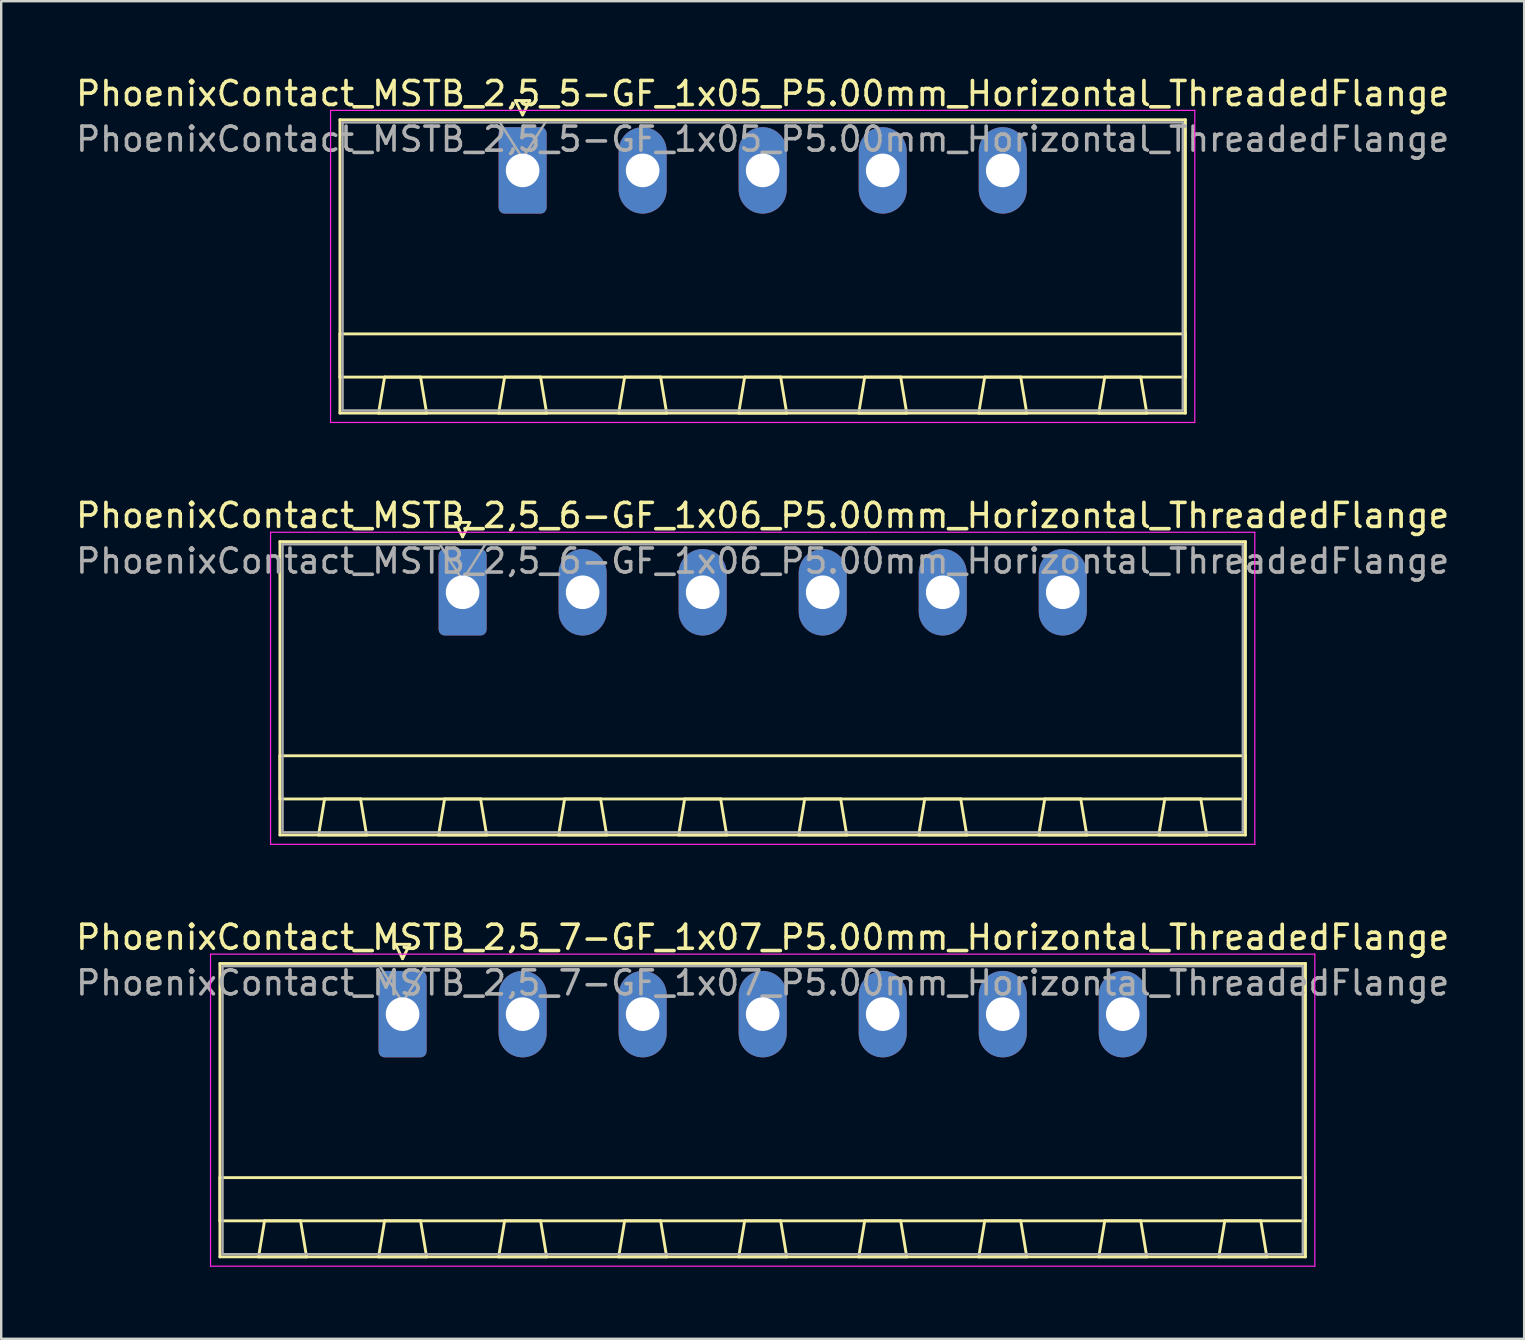
<source format=kicad_pcb>
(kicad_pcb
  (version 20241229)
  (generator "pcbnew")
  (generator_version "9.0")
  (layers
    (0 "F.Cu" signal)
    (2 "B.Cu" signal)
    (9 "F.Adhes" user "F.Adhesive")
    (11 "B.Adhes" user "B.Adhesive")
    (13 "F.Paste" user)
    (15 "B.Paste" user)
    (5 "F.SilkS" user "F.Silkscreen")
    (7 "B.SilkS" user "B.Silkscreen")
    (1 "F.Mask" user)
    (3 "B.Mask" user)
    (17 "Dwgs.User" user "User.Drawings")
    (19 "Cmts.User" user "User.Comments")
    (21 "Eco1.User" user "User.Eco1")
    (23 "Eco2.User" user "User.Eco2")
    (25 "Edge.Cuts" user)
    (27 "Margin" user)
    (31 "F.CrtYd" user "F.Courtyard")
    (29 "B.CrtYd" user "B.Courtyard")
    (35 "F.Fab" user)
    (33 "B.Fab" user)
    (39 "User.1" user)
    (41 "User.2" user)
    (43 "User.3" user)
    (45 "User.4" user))
  (footprint "PhoenixContact_MSTB_2,5_5-GF_1x05_P5.00mm_Horizontal_ThreadedFlange"
    (layer "F.Cu")
    (at 18.72 4.048)
    (property "Reference" "PhoenixContact_MSTB_2,5_5-GF_1x05_P5.00mm_Horizontal_ThreadedFlange" (at 10 -3.2 0) (layer "F.SilkS") (effects (font (size 1 1) (thickness 0.15))))
    (attr through_hole)
    (fp_line (start -7.61 -2.11) (end -7.61 10.11) (stroke (width 0.12) (type solid)) (layer "F.SilkS"))
    (fp_line (start -7.61 6.81) (end 27.61 6.81) (stroke (width 0.12) (type solid)) (layer "F.SilkS"))
    (fp_line (start -7.61 8.61) (end -7.61 6.81) (stroke (width 0.12) (type solid)) (layer "F.SilkS"))
    (fp_line (start -7.61 10.11) (end 27.61 10.11) (stroke (width 0.12) (type solid)) (layer "F.SilkS"))
    (fp_line (start -6 10.11) (end -4 10.11) (stroke (width 0.12) (type solid)) (layer "F.SilkS"))
    (fp_line (start -5.75 8.61) (end -6 10.11) (stroke (width 0.12) (type solid)) (layer "F.SilkS"))
    (fp_line (start -4.25 8.61) (end -5.75 8.61) (stroke (width 0.12) (type solid)) (layer "F.SilkS"))
    (fp_line (start -4 10.11) (end -4.25 8.61) (stroke (width 0.12) (type solid)) (layer "F.SilkS"))
    (fp_line (start -1 10.11) (end 1 10.11) (stroke (width 0.12) (type solid)) (layer "F.SilkS"))
    (fp_line (start -0.75 8.61) (end -1 10.11) (stroke (width 0.12) (type solid)) (layer "F.SilkS"))
    (fp_line (start -0.3 -2.91) (end 0.3 -2.91) (stroke (width 0.12) (type solid)) (layer "F.SilkS"))
    (fp_line (start 0 -2.31) (end -0.3 -2.91) (stroke (width 0.12) (type solid)) (layer "F.SilkS"))
    (fp_line (start 0.3 -2.91) (end 0 -2.31) (stroke (width 0.12) (type solid)) (layer "F.SilkS"))
    (fp_line (start 0.75 8.61) (end -0.75 8.61) (stroke (width 0.12) (type solid)) (layer "F.SilkS"))
    (fp_line (start 1 10.11) (end 0.75 8.61) (stroke (width 0.12) (type solid)) (layer "F.SilkS"))
    (fp_line (start 4 10.11) (end 6 10.11) (stroke (width 0.12) (type solid)) (layer "F.SilkS"))
    (fp_line (start 4.25 8.61) (end 4 10.11) (stroke (width 0.12) (type solid)) (layer "F.SilkS"))
    (fp_line (start 5.75 8.61) (end 4.25 8.61) (stroke (width 0.12) (type solid)) (layer "F.SilkS"))
    (fp_line (start 6 10.11) (end 5.75 8.61) (stroke (width 0.12) (type solid)) (layer "F.SilkS"))
    (fp_line (start 9 10.11) (end 11 10.11) (stroke (width 0.12) (type solid)) (layer "F.SilkS"))
    (fp_line (start 9.25 8.61) (end 9 10.11) (stroke (width 0.12) (type solid)) (layer "F.SilkS"))
    (fp_line (start 10.75 8.61) (end 9.25 8.61) (stroke (width 0.12) (type solid)) (layer "F.SilkS"))
    (fp_line (start 11 10.11) (end 10.75 8.61) (stroke (width 0.12) (type solid)) (layer "F.SilkS"))
    (fp_line (start 14 10.11) (end 16 10.11) (stroke (width 0.12) (type solid)) (layer "F.SilkS"))
    (fp_line (start 14.25 8.61) (end 14 10.11) (stroke (width 0.12) (type solid)) (layer "F.SilkS"))
    (fp_line (start 15.75 8.61) (end 14.25 8.61) (stroke (width 0.12) (type solid)) (layer "F.SilkS"))
    (fp_line (start 16 10.11) (end 15.75 8.61) (stroke (width 0.12) (type solid)) (layer "F.SilkS"))
    (fp_line (start 19 10.11) (end 21 10.11) (stroke (width 0.12) (type solid)) (layer "F.SilkS"))
    (fp_line (start 19.25 8.61) (end 19 10.11) (stroke (width 0.12) (type solid)) (layer "F.SilkS"))
    (fp_line (start 20.75 8.61) (end 19.25 8.61) (stroke (width 0.12) (type solid)) (layer "F.SilkS"))
    (fp_line (start 21 10.11) (end 20.75 8.61) (stroke (width 0.12) (type solid)) (layer "F.SilkS"))
    (fp_line (start 24 10.11) (end 26 10.11) (stroke (width 0.12) (type solid)) (layer "F.SilkS"))
    (fp_line (start 24.25 8.61) (end 24 10.11) (stroke (width 0.12) (type solid)) (layer "F.SilkS"))
    (fp_line (start 25.75 8.61) (end 24.25 8.61) (stroke (width 0.12) (type solid)) (layer "F.SilkS"))
    (fp_line (start 26 10.11) (end 25.75 8.61) (stroke (width 0.12) (type solid)) (layer "F.SilkS"))
    (fp_line (start 27.61 -2.11) (end -7.61 -2.11) (stroke (width 0.12) (type solid)) (layer "F.SilkS"))
    (fp_line (start 27.61 6.81) (end 27.61 8.61) (stroke (width 0.12) (type solid)) (layer "F.SilkS"))
    (fp_line (start 27.61 8.61) (end -7.61 8.61) (stroke (width 0.12) (type solid)) (layer "F.SilkS"))
    (fp_line (start 27.61 10.11) (end 27.61 -2.11) (stroke (width 0.12) (type solid)) (layer "F.SilkS"))
    (fp_line (start -8 -2.5) (end -8 10.5) (stroke (width 0.05) (type solid)) (layer "F.CrtYd"))
    (fp_line (start -8 10.5) (end 28 10.5) (stroke (width 0.05) (type solid)) (layer "F.CrtYd"))
    (fp_line (start 28 -2.5) (end -8 -2.5) (stroke (width 0.05) (type solid)) (layer "F.CrtYd"))
    (fp_line (start 28 10.5) (end 28 -2.5) (stroke (width 0.05) (type solid)) (layer "F.CrtYd"))
    (fp_line (start -7.5 -2) (end -7.5 10) (stroke (width 0.1) (type solid)) (layer "F.Fab"))
    (fp_line (start -7.5 10) (end 27.5 10) (stroke (width 0.1) (type solid)) (layer "F.Fab"))
    (fp_line (start 0 -0.5) (end -0.95 -2) (stroke (width 0.1) (type solid)) (layer "F.Fab"))
    (fp_line (start 0.95 -2) (end 0 -0.5) (stroke (width 0.1) (type solid)) (layer "F.Fab"))
    (fp_line (start 27.5 -2) (end -7.5 -2) (stroke (width 0.1) (type solid)) (layer "F.Fab"))
    (fp_line (start 27.5 10) (end 27.5 -2) (stroke (width 0.1) (type solid)) (layer "F.Fab"))
    (fp_text user "${REFERENCE}" (at 10 -1.3 0) (layer "F.Fab") (effects (font (size 1 1) (thickness 0.15))))
    (pad "1" thru_hole roundrect (at 0 0) (size 2 3.6) (drill 1.4) (layers "*.Cu" "*.Mask") (roundrect_rratio 0.125))
    (pad "2" thru_hole oval (at 5 0) (size 2 3.6) (drill 1.4) (layers "*.Cu" "*.Mask"))
    (pad "3" thru_hole oval (at 10 0) (size 2 3.6) (drill 1.4) (layers "*.Cu" "*.Mask"))
    (pad "4" thru_hole oval (at 15 0) (size 2 3.6) (drill 1.4) (layers "*.Cu" "*.Mask"))
    (pad "5" thru_hole oval (at 20 0) (size 2 3.6) (drill 1.4) (layers "*.Cu" "*.Mask")))
  (footprint "PhoenixContact_MSTB_2,5_6-GF_1x06_P5.00mm_Horizontal_ThreadedFlange"
    (layer "F.Cu")
    (at 16.22 21.622)
    (property "Reference" "PhoenixContact_MSTB_2,5_6-GF_1x06_P5.00mm_Horizontal_ThreadedFlange" (at 12.5 -3.2 0) (layer "F.SilkS") (effects (font (size 1 1) (thickness 0.15))))
    (attr through_hole)
    (fp_line (start -7.61 -2.11) (end -7.61 10.11) (stroke (width 0.12) (type solid)) (layer "F.SilkS"))
    (fp_line (start -7.61 6.81) (end 32.61 6.81) (stroke (width 0.12) (type solid)) (layer "F.SilkS"))
    (fp_line (start -7.61 8.61) (end -7.61 6.81) (stroke (width 0.12) (type solid)) (layer "F.SilkS"))
    (fp_line (start -7.61 10.11) (end 32.61 10.11) (stroke (width 0.12) (type solid)) (layer "F.SilkS"))
    (fp_line (start -6 10.11) (end -4 10.11) (stroke (width 0.12) (type solid)) (layer "F.SilkS"))
    (fp_line (start -5.75 8.61) (end -6 10.11) (stroke (width 0.12) (type solid)) (layer "F.SilkS"))
    (fp_line (start -4.25 8.61) (end -5.75 8.61) (stroke (width 0.12) (type solid)) (layer "F.SilkS"))
    (fp_line (start -4 10.11) (end -4.25 8.61) (stroke (width 0.12) (type solid)) (layer "F.SilkS"))
    (fp_line (start -1 10.11) (end 1 10.11) (stroke (width 0.12) (type solid)) (layer "F.SilkS"))
    (fp_line (start -0.75 8.61) (end -1 10.11) (stroke (width 0.12) (type solid)) (layer "F.SilkS"))
    (fp_line (start -0.3 -2.91) (end 0.3 -2.91) (stroke (width 0.12) (type solid)) (layer "F.SilkS"))
    (fp_line (start 0 -2.31) (end -0.3 -2.91) (stroke (width 0.12) (type solid)) (layer "F.SilkS"))
    (fp_line (start 0.3 -2.91) (end 0 -2.31) (stroke (width 0.12) (type solid)) (layer "F.SilkS"))
    (fp_line (start 0.75 8.61) (end -0.75 8.61) (stroke (width 0.12) (type solid)) (layer "F.SilkS"))
    (fp_line (start 1 10.11) (end 0.75 8.61) (stroke (width 0.12) (type solid)) (layer "F.SilkS"))
    (fp_line (start 4 10.11) (end 6 10.11) (stroke (width 0.12) (type solid)) (layer "F.SilkS"))
    (fp_line (start 4.25 8.61) (end 4 10.11) (stroke (width 0.12) (type solid)) (layer "F.SilkS"))
    (fp_line (start 5.75 8.61) (end 4.25 8.61) (stroke (width 0.12) (type solid)) (layer "F.SilkS"))
    (fp_line (start 6 10.11) (end 5.75 8.61) (stroke (width 0.12) (type solid)) (layer "F.SilkS"))
    (fp_line (start 9 10.11) (end 11 10.11) (stroke (width 0.12) (type solid)) (layer "F.SilkS"))
    (fp_line (start 9.25 8.61) (end 9 10.11) (stroke (width 0.12) (type solid)) (layer "F.SilkS"))
    (fp_line (start 10.75 8.61) (end 9.25 8.61) (stroke (width 0.12) (type solid)) (layer "F.SilkS"))
    (fp_line (start 11 10.11) (end 10.75 8.61) (stroke (width 0.12) (type solid)) (layer "F.SilkS"))
    (fp_line (start 14 10.11) (end 16 10.11) (stroke (width 0.12) (type solid)) (layer "F.SilkS"))
    (fp_line (start 14.25 8.61) (end 14 10.11) (stroke (width 0.12) (type solid)) (layer "F.SilkS"))
    (fp_line (start 15.75 8.61) (end 14.25 8.61) (stroke (width 0.12) (type solid)) (layer "F.SilkS"))
    (fp_line (start 16 10.11) (end 15.75 8.61) (stroke (width 0.12) (type solid)) (layer "F.SilkS"))
    (fp_line (start 19 10.11) (end 21 10.11) (stroke (width 0.12) (type solid)) (layer "F.SilkS"))
    (fp_line (start 19.25 8.61) (end 19 10.11) (stroke (width 0.12) (type solid)) (layer "F.SilkS"))
    (fp_line (start 20.75 8.61) (end 19.25 8.61) (stroke (width 0.12) (type solid)) (layer "F.SilkS"))
    (fp_line (start 21 10.11) (end 20.75 8.61) (stroke (width 0.12) (type solid)) (layer "F.SilkS"))
    (fp_line (start 24 10.11) (end 26 10.11) (stroke (width 0.12) (type solid)) (layer "F.SilkS"))
    (fp_line (start 24.25 8.61) (end 24 10.11) (stroke (width 0.12) (type solid)) (layer "F.SilkS"))
    (fp_line (start 25.75 8.61) (end 24.25 8.61) (stroke (width 0.12) (type solid)) (layer "F.SilkS"))
    (fp_line (start 26 10.11) (end 25.75 8.61) (stroke (width 0.12) (type solid)) (layer "F.SilkS"))
    (fp_line (start 29 10.11) (end 31 10.11) (stroke (width 0.12) (type solid)) (layer "F.SilkS"))
    (fp_line (start 29.25 8.61) (end 29 10.11) (stroke (width 0.12) (type solid)) (layer "F.SilkS"))
    (fp_line (start 30.75 8.61) (end 29.25 8.61) (stroke (width 0.12) (type solid)) (layer "F.SilkS"))
    (fp_line (start 31 10.11) (end 30.75 8.61) (stroke (width 0.12) (type solid)) (layer "F.SilkS"))
    (fp_line (start 32.61 -2.11) (end -7.61 -2.11) (stroke (width 0.12) (type solid)) (layer "F.SilkS"))
    (fp_line (start 32.61 6.81) (end 32.61 8.61) (stroke (width 0.12) (type solid)) (layer "F.SilkS"))
    (fp_line (start 32.61 8.61) (end -7.61 8.61) (stroke (width 0.12) (type solid)) (layer "F.SilkS"))
    (fp_line (start 32.61 10.11) (end 32.61 -2.11) (stroke (width 0.12) (type solid)) (layer "F.SilkS"))
    (fp_line (start -8 -2.5) (end -8 10.5) (stroke (width 0.05) (type solid)) (layer "F.CrtYd"))
    (fp_line (start -8 10.5) (end 33 10.5) (stroke (width 0.05) (type solid)) (layer "F.CrtYd"))
    (fp_line (start 33 -2.5) (end -8 -2.5) (stroke (width 0.05) (type solid)) (layer "F.CrtYd"))
    (fp_line (start 33 10.5) (end 33 -2.5) (stroke (width 0.05) (type solid)) (layer "F.CrtYd"))
    (fp_line (start -7.5 -2) (end -7.5 10) (stroke (width 0.1) (type solid)) (layer "F.Fab"))
    (fp_line (start -7.5 10) (end 32.5 10) (stroke (width 0.1) (type solid)) (layer "F.Fab"))
    (fp_line (start 0 -0.5) (end -0.95 -2) (stroke (width 0.1) (type solid)) (layer "F.Fab"))
    (fp_line (start 0.95 -2) (end 0 -0.5) (stroke (width 0.1) (type solid)) (layer "F.Fab"))
    (fp_line (start 32.5 -2) (end -7.5 -2) (stroke (width 0.1) (type solid)) (layer "F.Fab"))
    (fp_line (start 32.5 10) (end 32.5 -2) (stroke (width 0.1) (type solid)) (layer "F.Fab"))
    (fp_text user "${REFERENCE}" (at 12.5 -1.3 0) (layer "F.Fab") (effects (font (size 1 1) (thickness 0.15))))
    (pad "1" thru_hole roundrect (at 0 0) (size 2 3.6) (drill 1.4) (layers "*.Cu" "*.Mask") (roundrect_rratio 0.125))
    (pad "2" thru_hole oval (at 5 0) (size 2 3.6) (drill 1.4) (layers "*.Cu" "*.Mask"))
    (pad "3" thru_hole oval (at 10 0) (size 2 3.6) (drill 1.4) (layers "*.Cu" "*.Mask"))
    (pad "4" thru_hole oval (at 15 0) (size 2 3.6) (drill 1.4) (layers "*.Cu" "*.Mask"))
    (pad "5" thru_hole oval (at 20 0) (size 2 3.6) (drill 1.4) (layers "*.Cu" "*.Mask"))
    (pad "6" thru_hole oval (at 25 0) (size 2 3.6) (drill 1.4) (layers "*.Cu" "*.Mask")))
  (footprint "PhoenixContact_MSTB_2,5_7-GF_1x07_P5.00mm_Horizontal_ThreadedFlange"
    (layer "F.Cu")
    (at 13.72 39.195)
    (property "Reference" "PhoenixContact_MSTB_2,5_7-GF_1x07_P5.00mm_Horizontal_ThreadedFlange" (at 15 -3.2 0) (layer "F.SilkS") (effects (font (size 1 1) (thickness 0.15))))
    (attr through_hole)
    (fp_line (start -7.61 -2.11) (end -7.61 10.11) (stroke (width 0.12) (type solid)) (layer "F.SilkS"))
    (fp_line (start -7.61 6.81) (end 37.61 6.81) (stroke (width 0.12) (type solid)) (layer "F.SilkS"))
    (fp_line (start -7.61 8.61) (end -7.61 6.81) (stroke (width 0.12) (type solid)) (layer "F.SilkS"))
    (fp_line (start -7.61 10.11) (end 37.61 10.11) (stroke (width 0.12) (type solid)) (layer "F.SilkS"))
    (fp_line (start -6 10.11) (end -4 10.11) (stroke (width 0.12) (type solid)) (layer "F.SilkS"))
    (fp_line (start -5.75 8.61) (end -6 10.11) (stroke (width 0.12) (type solid)) (layer "F.SilkS"))
    (fp_line (start -4.25 8.61) (end -5.75 8.61) (stroke (width 0.12) (type solid)) (layer "F.SilkS"))
    (fp_line (start -4 10.11) (end -4.25 8.61) (stroke (width 0.12) (type solid)) (layer "F.SilkS"))
    (fp_line (start -1 10.11) (end 1 10.11) (stroke (width 0.12) (type solid)) (layer "F.SilkS"))
    (fp_line (start -0.75 8.61) (end -1 10.11) (stroke (width 0.12) (type solid)) (layer "F.SilkS"))
    (fp_line (start -0.3 -2.91) (end 0.3 -2.91) (stroke (width 0.12) (type solid)) (layer "F.SilkS"))
    (fp_line (start 0 -2.31) (end -0.3 -2.91) (stroke (width 0.12) (type solid)) (layer "F.SilkS"))
    (fp_line (start 0.3 -2.91) (end 0 -2.31) (stroke (width 0.12) (type solid)) (layer "F.SilkS"))
    (fp_line (start 0.75 8.61) (end -0.75 8.61) (stroke (width 0.12) (type solid)) (layer "F.SilkS"))
    (fp_line (start 1 10.11) (end 0.75 8.61) (stroke (width 0.12) (type solid)) (layer "F.SilkS"))
    (fp_line (start 4 10.11) (end 6 10.11) (stroke (width 0.12) (type solid)) (layer "F.SilkS"))
    (fp_line (start 4.25 8.61) (end 4 10.11) (stroke (width 0.12) (type solid)) (layer "F.SilkS"))
    (fp_line (start 5.75 8.61) (end 4.25 8.61) (stroke (width 0.12) (type solid)) (layer "F.SilkS"))
    (fp_line (start 6 10.11) (end 5.75 8.61) (stroke (width 0.12) (type solid)) (layer "F.SilkS"))
    (fp_line (start 9 10.11) (end 11 10.11) (stroke (width 0.12) (type solid)) (layer "F.SilkS"))
    (fp_line (start 9.25 8.61) (end 9 10.11) (stroke (width 0.12) (type solid)) (layer "F.SilkS"))
    (fp_line (start 10.75 8.61) (end 9.25 8.61) (stroke (width 0.12) (type solid)) (layer "F.SilkS"))
    (fp_line (start 11 10.11) (end 10.75 8.61) (stroke (width 0.12) (type solid)) (layer "F.SilkS"))
    (fp_line (start 14 10.11) (end 16 10.11) (stroke (width 0.12) (type solid)) (layer "F.SilkS"))
    (fp_line (start 14.25 8.61) (end 14 10.11) (stroke (width 0.12) (type solid)) (layer "F.SilkS"))
    (fp_line (start 15.75 8.61) (end 14.25 8.61) (stroke (width 0.12) (type solid)) (layer "F.SilkS"))
    (fp_line (start 16 10.11) (end 15.75 8.61) (stroke (width 0.12) (type solid)) (layer "F.SilkS"))
    (fp_line (start 19 10.11) (end 21 10.11) (stroke (width 0.12) (type solid)) (layer "F.SilkS"))
    (fp_line (start 19.25 8.61) (end 19 10.11) (stroke (width 0.12) (type solid)) (layer "F.SilkS"))
    (fp_line (start 20.75 8.61) (end 19.25 8.61) (stroke (width 0.12) (type solid)) (layer "F.SilkS"))
    (fp_line (start 21 10.11) (end 20.75 8.61) (stroke (width 0.12) (type solid)) (layer "F.SilkS"))
    (fp_line (start 24 10.11) (end 26 10.11) (stroke (width 0.12) (type solid)) (layer "F.SilkS"))
    (fp_line (start 24.25 8.61) (end 24 10.11) (stroke (width 0.12) (type solid)) (layer "F.SilkS"))
    (fp_line (start 25.75 8.61) (end 24.25 8.61) (stroke (width 0.12) (type solid)) (layer "F.SilkS"))
    (fp_line (start 26 10.11) (end 25.75 8.61) (stroke (width 0.12) (type solid)) (layer "F.SilkS"))
    (fp_line (start 29 10.11) (end 31 10.11) (stroke (width 0.12) (type solid)) (layer "F.SilkS"))
    (fp_line (start 29.25 8.61) (end 29 10.11) (stroke (width 0.12) (type solid)) (layer "F.SilkS"))
    (fp_line (start 30.75 8.61) (end 29.25 8.61) (stroke (width 0.12) (type solid)) (layer "F.SilkS"))
    (fp_line (start 31 10.11) (end 30.75 8.61) (stroke (width 0.12) (type solid)) (layer "F.SilkS"))
    (fp_line (start 34 10.11) (end 36 10.11) (stroke (width 0.12) (type solid)) (layer "F.SilkS"))
    (fp_line (start 34.25 8.61) (end 34 10.11) (stroke (width 0.12) (type solid)) (layer "F.SilkS"))
    (fp_line (start 35.75 8.61) (end 34.25 8.61) (stroke (width 0.12) (type solid)) (layer "F.SilkS"))
    (fp_line (start 36 10.11) (end 35.75 8.61) (stroke (width 0.12) (type solid)) (layer "F.SilkS"))
    (fp_line (start 37.61 -2.11) (end -7.61 -2.11) (stroke (width 0.12) (type solid)) (layer "F.SilkS"))
    (fp_line (start 37.61 6.81) (end 37.61 8.61) (stroke (width 0.12) (type solid)) (layer "F.SilkS"))
    (fp_line (start 37.61 8.61) (end -7.61 8.61) (stroke (width 0.12) (type solid)) (layer "F.SilkS"))
    (fp_line (start 37.61 10.11) (end 37.61 -2.11) (stroke (width 0.12) (type solid)) (layer "F.SilkS"))
    (fp_line (start -8 -2.5) (end -8 10.5) (stroke (width 0.05) (type solid)) (layer "F.CrtYd"))
    (fp_line (start -8 10.5) (end 38 10.5) (stroke (width 0.05) (type solid)) (layer "F.CrtYd"))
    (fp_line (start 38 -2.5) (end -8 -2.5) (stroke (width 0.05) (type solid)) (layer "F.CrtYd"))
    (fp_line (start 38 10.5) (end 38 -2.5) (stroke (width 0.05) (type solid)) (layer "F.CrtYd"))
    (fp_line (start -7.5 -2) (end -7.5 10) (stroke (width 0.1) (type solid)) (layer "F.Fab"))
    (fp_line (start -7.5 10) (end 37.5 10) (stroke (width 0.1) (type solid)) (layer "F.Fab"))
    (fp_line (start 0 -0.5) (end -0.95 -2) (stroke (width 0.1) (type solid)) (layer "F.Fab"))
    (fp_line (start 0.95 -2) (end 0 -0.5) (stroke (width 0.1) (type solid)) (layer "F.Fab"))
    (fp_line (start 37.5 -2) (end -7.5 -2) (stroke (width 0.1) (type solid)) (layer "F.Fab"))
    (fp_line (start 37.5 10) (end 37.5 -2) (stroke (width 0.1) (type solid)) (layer "F.Fab"))
    (fp_text user "${REFERENCE}" (at 15 -1.3 0) (layer "F.Fab") (effects (font (size 1 1) (thickness 0.15))))
    (pad "1" thru_hole roundrect (at 0 0) (size 2 3.6) (drill 1.4) (layers "*.Cu" "*.Mask") (roundrect_rratio 0.125))
    (pad "2" thru_hole oval (at 5 0) (size 2 3.6) (drill 1.4) (layers "*.Cu" "*.Mask"))
    (pad "3" thru_hole oval (at 10 0) (size 2 3.6) (drill 1.4) (layers "*.Cu" "*.Mask"))
    (pad "4" thru_hole oval (at 15 0) (size 2 3.6) (drill 1.4) (layers "*.Cu" "*.Mask"))
    (pad "5" thru_hole oval (at 20 0) (size 2 3.6) (drill 1.4) (layers "*.Cu" "*.Mask"))
    (pad "6" thru_hole oval (at 25 0) (size 2 3.6) (drill 1.4) (layers "*.Cu" "*.Mask"))
    (pad "7" thru_hole oval (at 30 0) (size 2 3.6) (drill 1.4) (layers "*.Cu" "*.Mask")))
  (gr_rect
    (start -3 -3)
    (end 60.44 52.72)
    (stroke (width 0.1) (type default))
    (fill no)
    (layer "Edge.Cuts")))
</source>
